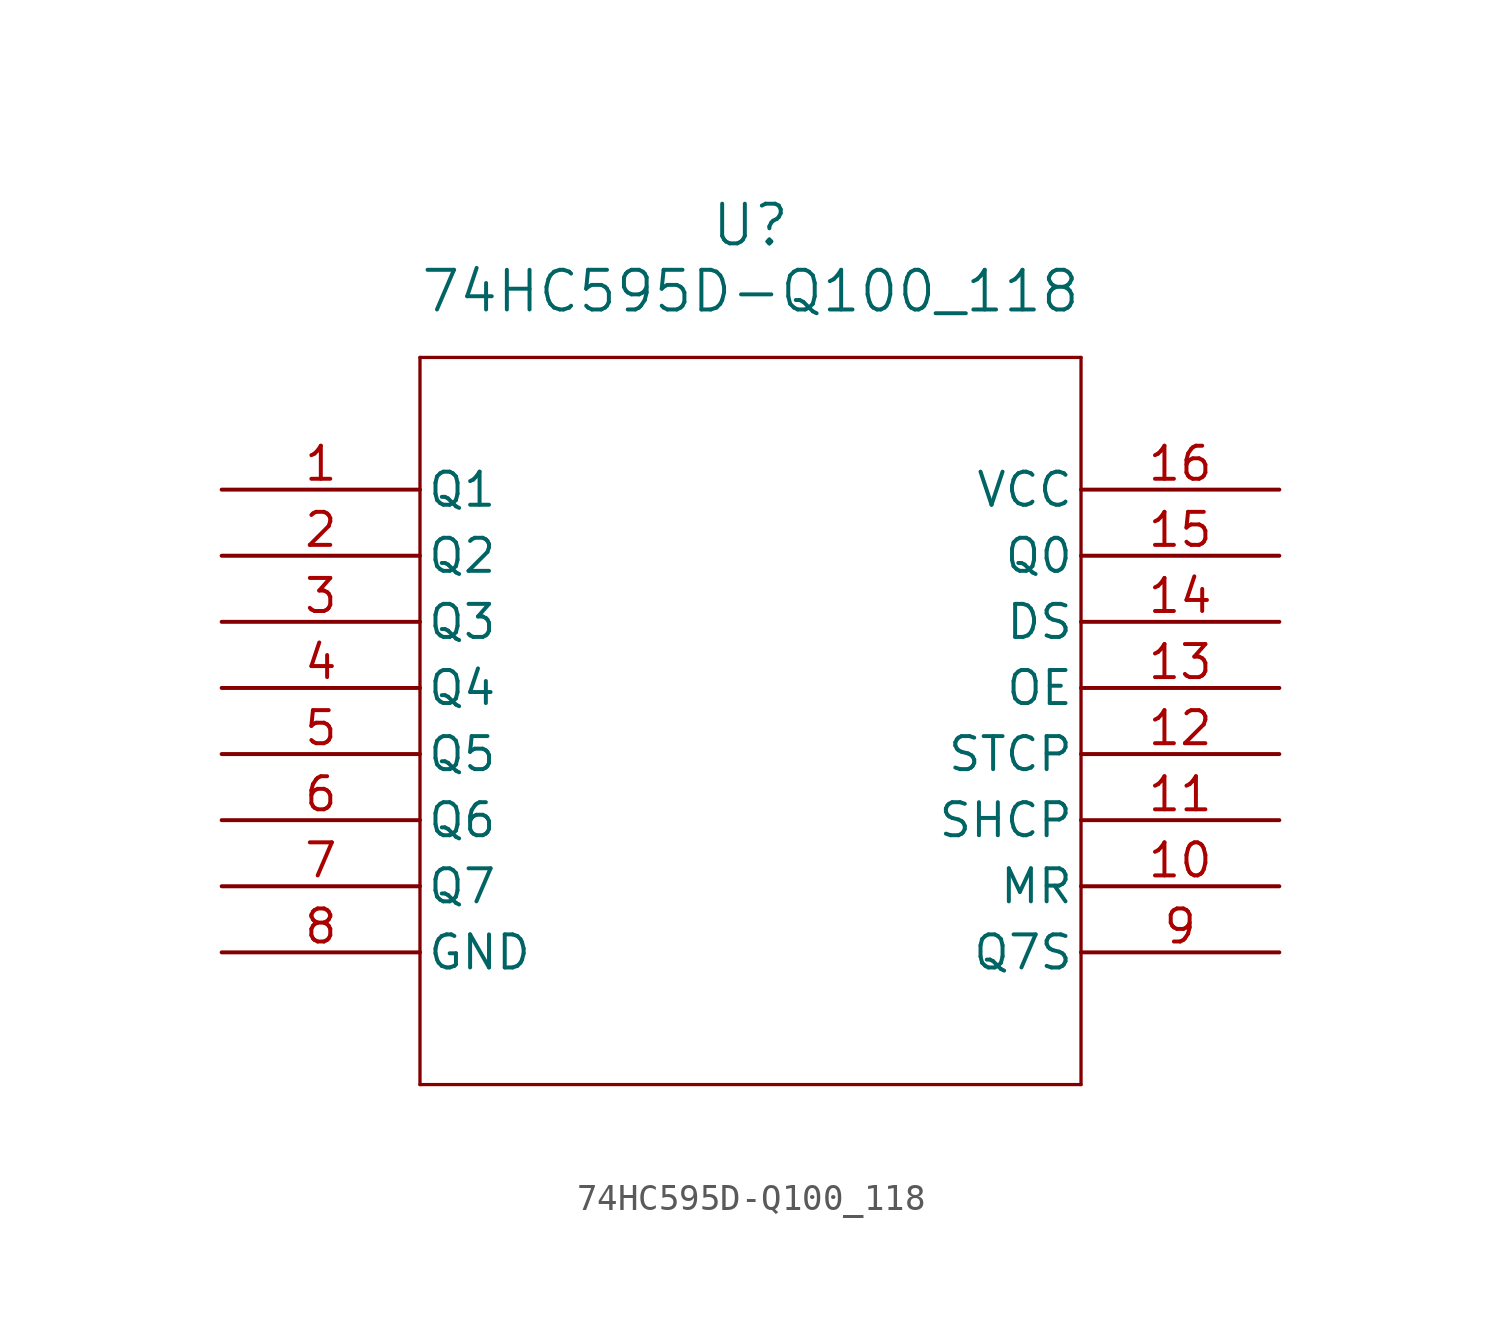
<source format=kicad_sym>
(kicad_symbol_lib
  (version 20211014)
  (generator kicad_symbol_editor)
  (symbol "74HC595D-Q100_118"
    (pin_names
      (offset 0.254))
    (property "Reference" "U"
      (at 20.32 10.16 0)
      (effects (font (size 1.524 1.524))))
    (property "Value" "74HC595D-Q100_118"
      (at 20.32 7.62 0)
      (effects (font (size 1.524 1.524))))
    (symbol "74HC595D-Q100_118_0_1"
      (polyline (pts (xy 7.62 5.08) (xy 7.62 -22.86)) (stroke (width 0.127) (type default) (color 0 0 0 0)) (fill (type none)))
      (polyline (pts (xy 7.62 -22.86) (xy 33.02 -22.86)) (stroke (width 0.127) (type default) (color 0 0 0 0)) (fill (type none)))
      (polyline (pts (xy 33.02 -22.86) (xy 33.02 5.08)) (stroke (width 0.127) (type default) (color 0 0 0 0)) (fill (type none)))
      (polyline (pts (xy 33.02 5.08) (xy 7.62 5.08)) (stroke (width 0.127) (type default) (color 0 0 0 0)) (fill (type none)))
      (pin bidirectional line (at 0 0 0) (length 7.62) (name "Q1" (effects (font (size 1.27 1.27)))) (number "1" (effects (font (size 1.27 1.27)))))
      (pin bidirectional line (at 0 -2.54 0) (length 7.62) (name "Q2" (effects (font (size 1.27 1.27)))) (number "2" (effects (font (size 1.27 1.27)))))
      (pin bidirectional line (at 0 -5.08 0) (length 7.62) (name "Q3" (effects (font (size 1.27 1.27)))) (number "3" (effects (font (size 1.27 1.27)))))
      (pin bidirectional line (at 0 -7.62 0) (length 7.62) (name "Q4" (effects (font (size 1.27 1.27)))) (number "4" (effects (font (size 1.27 1.27)))))
      (pin bidirectional line (at 0 -10.16 0) (length 7.62) (name "Q5" (effects (font (size 1.27 1.27)))) (number "5" (effects (font (size 1.27 1.27)))))
      (pin bidirectional line (at 0 -12.7 0) (length 7.62) (name "Q6" (effects (font (size 1.27 1.27)))) (number "6" (effects (font (size 1.27 1.27)))))
      (pin bidirectional line (at 0 -15.24 0) (length 7.62) (name "Q7" (effects (font (size 1.27 1.27)))) (number "7" (effects (font (size 1.27 1.27)))))
      (pin power_out line (at 0 -17.78 0) (length 7.62) (name "GND" (effects (font (size 1.27 1.27)))) (number "8" (effects (font (size 1.27 1.27)))))
      (pin bidirectional line (at 40.64 -17.78 180) (length 7.62) (name "Q7S" (effects (font (size 1.27 1.27)))) (number "9" (effects (font (size 1.27 1.27)))))
      (pin unspecified line (at 40.64 -15.24 180) (length 7.62) (name "MR" (effects (font (size 1.27 1.27)))) (number "10" (effects (font (size 1.27 1.27)))))
      (pin input line (at 40.64 -12.7 180) (length 7.62) (name "SHCP" (effects (font (size 1.27 1.27)))) (number "11" (effects (font (size 1.27 1.27)))))
      (pin input line (at 40.64 -10.16 180) (length 7.62) (name "STCP" (effects (font (size 1.27 1.27)))) (number "12" (effects (font (size 1.27 1.27)))))
      (pin input line (at 40.64 -7.62 180) (length 7.62) (name "OE" (effects (font (size 1.27 1.27)))) (number "13" (effects (font (size 1.27 1.27)))))
      (pin input line (at 40.64 -5.08 180) (length 7.62) (name "DS" (effects (font (size 1.27 1.27)))) (number "14" (effects (font (size 1.27 1.27)))))
      (pin bidirectional line (at 40.64 -2.54 180) (length 7.62) (name "Q0" (effects (font (size 1.27 1.27)))) (number "15" (effects (font (size 1.27 1.27)))))
      (pin power_in line (at 40.64 0 180) (length 7.62) (name "VCC" (effects (font (size 1.27 1.27)))) (number "16" (effects (font (size 1.27 1.27))))))))
</source>
